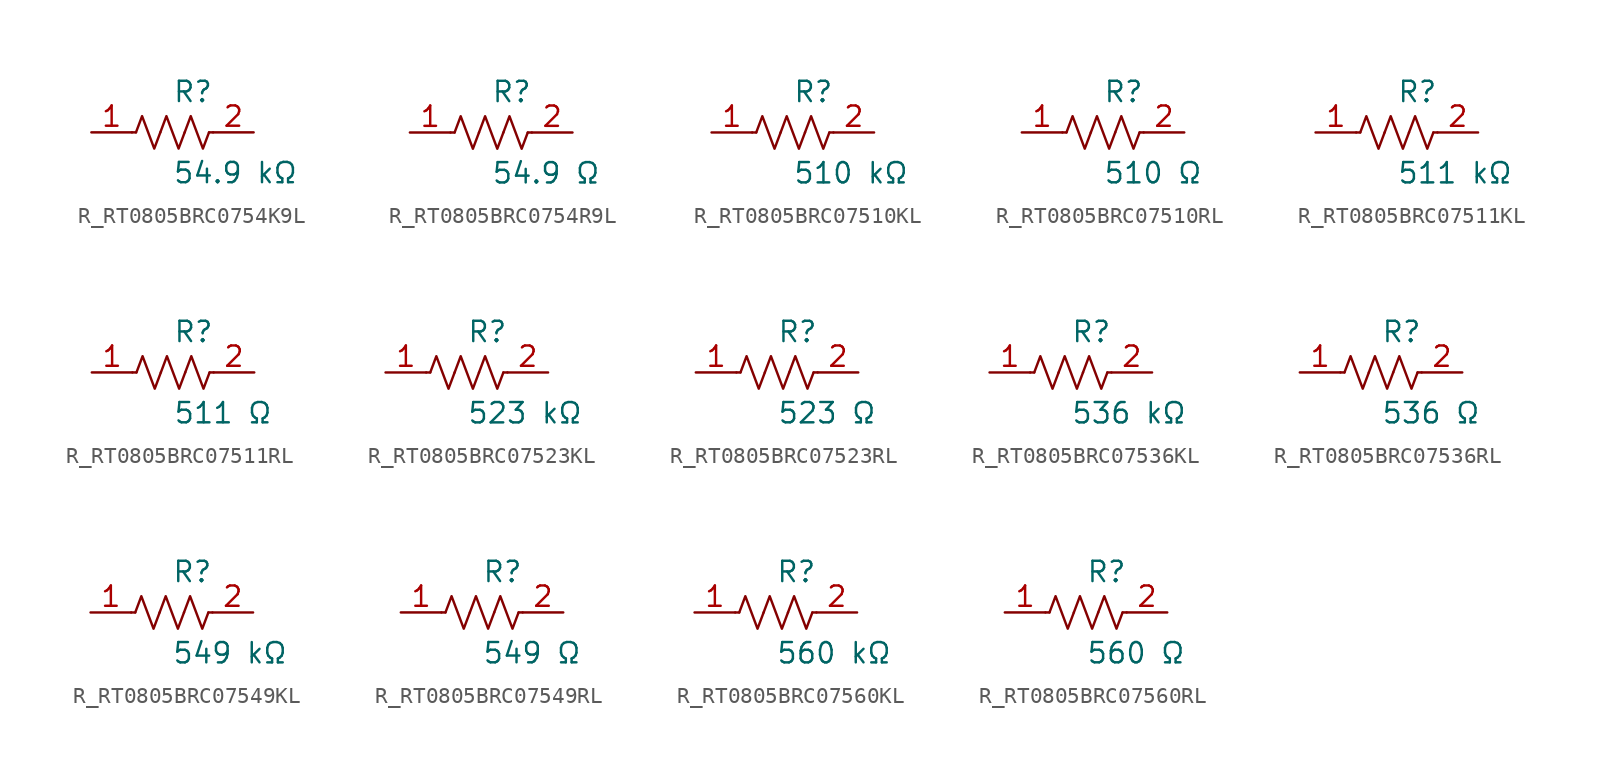
<source format=kicad_sym>
(kicad_symbol_lib
  (version 20231120)
  (generator kicad_symbol_editor)
  (generator_version 8.0)
  (symbol "R_RT0805BRC0754K9L"
    (pin_names
      (offset 0.254))
    (property "Reference" "R"
      (at 0 2.54 0)
      (effects (font (size 1.27 1.27)) (justify left)))
    (property "Value" "54.9 kΩ"
      (at 0 -2.54 0)
      (effects (font (size 1.27 1.27)) (justify left)))
    (symbol "R_RT0805BRC0754K9L_0_1"
      (polyline (pts (xy 2.286 0) (xy 2.54 0)) (stroke (width 0) (type default)) (fill (type none)))
      (polyline (pts (xy -2.286 0) (xy -2.54 0)) (stroke (width 0) (type default)) (fill (type none)))
      (polyline (pts (xy 0.762 0) (xy 1.143 1.016) (xy 1.524 0) (xy 1.905 -1.016) (xy 2.286 0)) (stroke (width 0) (type default)) (fill (type none)))
      (polyline (pts (xy -0.762 0) (xy -0.381 1.016) (xy 0 0) (xy 0.381 -1.016) (xy 0.762 0)) (stroke (width 0) (type default)) (fill (type none)))
      (polyline (pts (xy -2.286 0) (xy -1.905 1.016) (xy -1.524 0) (xy -1.143 -1.016) (xy -0.762 0)) (stroke (width 0) (type default)) (fill (type none))))
    (pin unspecified line
      (at -5.08 0 0)
      (length 2.54)
      (name "" (effects (font (size 1.27 1.27))))
      (number "1" (effects (font (size 1.27 1.27)))))
    (pin unspecified line
      (at 5.08 0 180)
      (length 2.54)
      (name "" (effects (font (size 1.27 1.27))))
      (number "2" (effects (font (size 1.27 1.27))))))
  (symbol "R_RT0805BRC0754R9L"
    (pin_names
      (offset 0.254))
    (property "Reference" "R"
      (at 0 2.54 0)
      (effects (font (size 1.27 1.27)) (justify left)))
    (property "Value" "54.9 Ω"
      (at 0 -2.54 0)
      (effects (font (size 1.27 1.27)) (justify left)))
    (symbol "R_RT0805BRC0754R9L_0_1"
      (polyline (pts (xy 2.286 0) (xy 2.54 0)) (stroke (width 0) (type default)) (fill (type none)))
      (polyline (pts (xy -2.286 0) (xy -2.54 0)) (stroke (width 0) (type default)) (fill (type none)))
      (polyline (pts (xy 0.762 0) (xy 1.143 1.016) (xy 1.524 0) (xy 1.905 -1.016) (xy 2.286 0)) (stroke (width 0) (type default)) (fill (type none)))
      (polyline (pts (xy -0.762 0) (xy -0.381 1.016) (xy 0 0) (xy 0.381 -1.016) (xy 0.762 0)) (stroke (width 0) (type default)) (fill (type none)))
      (polyline (pts (xy -2.286 0) (xy -1.905 1.016) (xy -1.524 0) (xy -1.143 -1.016) (xy -0.762 0)) (stroke (width 0) (type default)) (fill (type none))))
    (pin unspecified line
      (at -5.08 0 0)
      (length 2.54)
      (name "" (effects (font (size 1.27 1.27))))
      (number "1" (effects (font (size 1.27 1.27)))))
    (pin unspecified line
      (at 5.08 0 180)
      (length 2.54)
      (name "" (effects (font (size 1.27 1.27))))
      (number "2" (effects (font (size 1.27 1.27))))))
  (symbol "R_RT0805BRC07510KL"
    (pin_names
      (offset 0.254))
    (property "Reference" "R"
      (at 0 2.54 0)
      (effects (font (size 1.27 1.27)) (justify left)))
    (property "Value" "510 kΩ"
      (at 0 -2.54 0)
      (effects (font (size 1.27 1.27)) (justify left)))
    (symbol "R_RT0805BRC07510KL_0_1"
      (polyline (pts (xy 2.286 0) (xy 2.54 0)) (stroke (width 0) (type default)) (fill (type none)))
      (polyline (pts (xy -2.286 0) (xy -2.54 0)) (stroke (width 0) (type default)) (fill (type none)))
      (polyline (pts (xy 0.762 0) (xy 1.143 1.016) (xy 1.524 0) (xy 1.905 -1.016) (xy 2.286 0)) (stroke (width 0) (type default)) (fill (type none)))
      (polyline (pts (xy -0.762 0) (xy -0.381 1.016) (xy 0 0) (xy 0.381 -1.016) (xy 0.762 0)) (stroke (width 0) (type default)) (fill (type none)))
      (polyline (pts (xy -2.286 0) (xy -1.905 1.016) (xy -1.524 0) (xy -1.143 -1.016) (xy -0.762 0)) (stroke (width 0) (type default)) (fill (type none))))
    (pin unspecified line
      (at -5.08 0 0)
      (length 2.54)
      (name "" (effects (font (size 1.27 1.27))))
      (number "1" (effects (font (size 1.27 1.27)))))
    (pin unspecified line
      (at 5.08 0 180)
      (length 2.54)
      (name "" (effects (font (size 1.27 1.27))))
      (number "2" (effects (font (size 1.27 1.27))))))
  (symbol "R_RT0805BRC07510RL"
    (pin_names
      (offset 0.254))
    (property "Reference" "R"
      (at 0 2.54 0)
      (effects (font (size 1.27 1.27)) (justify left)))
    (property "Value" "510 Ω"
      (at 0 -2.54 0)
      (effects (font (size 1.27 1.27)) (justify left)))
    (symbol "R_RT0805BRC07510RL_0_1"
      (polyline (pts (xy 2.286 0) (xy 2.54 0)) (stroke (width 0) (type default)) (fill (type none)))
      (polyline (pts (xy -2.286 0) (xy -2.54 0)) (stroke (width 0) (type default)) (fill (type none)))
      (polyline (pts (xy 0.762 0) (xy 1.143 1.016) (xy 1.524 0) (xy 1.905 -1.016) (xy 2.286 0)) (stroke (width 0) (type default)) (fill (type none)))
      (polyline (pts (xy -0.762 0) (xy -0.381 1.016) (xy 0 0) (xy 0.381 -1.016) (xy 0.762 0)) (stroke (width 0) (type default)) (fill (type none)))
      (polyline (pts (xy -2.286 0) (xy -1.905 1.016) (xy -1.524 0) (xy -1.143 -1.016) (xy -0.762 0)) (stroke (width 0) (type default)) (fill (type none))))
    (pin unspecified line
      (at -5.08 0 0)
      (length 2.54)
      (name "" (effects (font (size 1.27 1.27))))
      (number "1" (effects (font (size 1.27 1.27)))))
    (pin unspecified line
      (at 5.08 0 180)
      (length 2.54)
      (name "" (effects (font (size 1.27 1.27))))
      (number "2" (effects (font (size 1.27 1.27))))))
  (symbol "R_RT0805BRC07511KL"
    (pin_names
      (offset 0.254))
    (property "Reference" "R"
      (at 0 2.54 0)
      (effects (font (size 1.27 1.27)) (justify left)))
    (property "Value" "511 kΩ"
      (at 0 -2.54 0)
      (effects (font (size 1.27 1.27)) (justify left)))
    (symbol "R_RT0805BRC07511KL_0_1"
      (polyline (pts (xy 2.286 0) (xy 2.54 0)) (stroke (width 0) (type default)) (fill (type none)))
      (polyline (pts (xy -2.286 0) (xy -2.54 0)) (stroke (width 0) (type default)) (fill (type none)))
      (polyline (pts (xy 0.762 0) (xy 1.143 1.016) (xy 1.524 0) (xy 1.905 -1.016) (xy 2.286 0)) (stroke (width 0) (type default)) (fill (type none)))
      (polyline (pts (xy -0.762 0) (xy -0.381 1.016) (xy 0 0) (xy 0.381 -1.016) (xy 0.762 0)) (stroke (width 0) (type default)) (fill (type none)))
      (polyline (pts (xy -2.286 0) (xy -1.905 1.016) (xy -1.524 0) (xy -1.143 -1.016) (xy -0.762 0)) (stroke (width 0) (type default)) (fill (type none))))
    (pin unspecified line
      (at -5.08 0 0)
      (length 2.54)
      (name "" (effects (font (size 1.27 1.27))))
      (number "1" (effects (font (size 1.27 1.27)))))
    (pin unspecified line
      (at 5.08 0 180)
      (length 2.54)
      (name "" (effects (font (size 1.27 1.27))))
      (number "2" (effects (font (size 1.27 1.27))))))
  (symbol "R_RT0805BRC07511RL"
    (pin_names
      (offset 0.254))
    (property "Reference" "R"
      (at 0 2.54 0)
      (effects (font (size 1.27 1.27)) (justify left)))
    (property "Value" "511 Ω"
      (at 0 -2.54 0)
      (effects (font (size 1.27 1.27)) (justify left)))
    (symbol "R_RT0805BRC07511RL_0_1"
      (polyline (pts (xy 2.286 0) (xy 2.54 0)) (stroke (width 0) (type default)) (fill (type none)))
      (polyline (pts (xy -2.286 0) (xy -2.54 0)) (stroke (width 0) (type default)) (fill (type none)))
      (polyline (pts (xy 0.762 0) (xy 1.143 1.016) (xy 1.524 0) (xy 1.905 -1.016) (xy 2.286 0)) (stroke (width 0) (type default)) (fill (type none)))
      (polyline (pts (xy -0.762 0) (xy -0.381 1.016) (xy 0 0) (xy 0.381 -1.016) (xy 0.762 0)) (stroke (width 0) (type default)) (fill (type none)))
      (polyline (pts (xy -2.286 0) (xy -1.905 1.016) (xy -1.524 0) (xy -1.143 -1.016) (xy -0.762 0)) (stroke (width 0) (type default)) (fill (type none))))
    (pin unspecified line
      (at -5.08 0 0)
      (length 2.54)
      (name "" (effects (font (size 1.27 1.27))))
      (number "1" (effects (font (size 1.27 1.27)))))
    (pin unspecified line
      (at 5.08 0 180)
      (length 2.54)
      (name "" (effects (font (size 1.27 1.27))))
      (number "2" (effects (font (size 1.27 1.27))))))
  (symbol "R_RT0805BRC07523KL"
    (pin_names
      (offset 0.254))
    (property "Reference" "R"
      (at 0 2.54 0)
      (effects (font (size 1.27 1.27)) (justify left)))
    (property "Value" "523 kΩ"
      (at 0 -2.54 0)
      (effects (font (size 1.27 1.27)) (justify left)))
    (symbol "R_RT0805BRC07523KL_0_1"
      (polyline (pts (xy 2.286 0) (xy 2.54 0)) (stroke (width 0) (type default)) (fill (type none)))
      (polyline (pts (xy -2.286 0) (xy -2.54 0)) (stroke (width 0) (type default)) (fill (type none)))
      (polyline (pts (xy 0.762 0) (xy 1.143 1.016) (xy 1.524 0) (xy 1.905 -1.016) (xy 2.286 0)) (stroke (width 0) (type default)) (fill (type none)))
      (polyline (pts (xy -0.762 0) (xy -0.381 1.016) (xy 0 0) (xy 0.381 -1.016) (xy 0.762 0)) (stroke (width 0) (type default)) (fill (type none)))
      (polyline (pts (xy -2.286 0) (xy -1.905 1.016) (xy -1.524 0) (xy -1.143 -1.016) (xy -0.762 0)) (stroke (width 0) (type default)) (fill (type none))))
    (pin unspecified line
      (at -5.08 0 0)
      (length 2.54)
      (name "" (effects (font (size 1.27 1.27))))
      (number "1" (effects (font (size 1.27 1.27)))))
    (pin unspecified line
      (at 5.08 0 180)
      (length 2.54)
      (name "" (effects (font (size 1.27 1.27))))
      (number "2" (effects (font (size 1.27 1.27))))))
  (symbol "R_RT0805BRC07523RL"
    (pin_names
      (offset 0.254))
    (property "Reference" "R"
      (at 0 2.54 0)
      (effects (font (size 1.27 1.27)) (justify left)))
    (property "Value" "523 Ω"
      (at 0 -2.54 0)
      (effects (font (size 1.27 1.27)) (justify left)))
    (symbol "R_RT0805BRC07523RL_0_1"
      (polyline (pts (xy 2.286 0) (xy 2.54 0)) (stroke (width 0) (type default)) (fill (type none)))
      (polyline (pts (xy -2.286 0) (xy -2.54 0)) (stroke (width 0) (type default)) (fill (type none)))
      (polyline (pts (xy 0.762 0) (xy 1.143 1.016) (xy 1.524 0) (xy 1.905 -1.016) (xy 2.286 0)) (stroke (width 0) (type default)) (fill (type none)))
      (polyline (pts (xy -0.762 0) (xy -0.381 1.016) (xy 0 0) (xy 0.381 -1.016) (xy 0.762 0)) (stroke (width 0) (type default)) (fill (type none)))
      (polyline (pts (xy -2.286 0) (xy -1.905 1.016) (xy -1.524 0) (xy -1.143 -1.016) (xy -0.762 0)) (stroke (width 0) (type default)) (fill (type none))))
    (pin unspecified line
      (at -5.08 0 0)
      (length 2.54)
      (name "" (effects (font (size 1.27 1.27))))
      (number "1" (effects (font (size 1.27 1.27)))))
    (pin unspecified line
      (at 5.08 0 180)
      (length 2.54)
      (name "" (effects (font (size 1.27 1.27))))
      (number "2" (effects (font (size 1.27 1.27))))))
  (symbol "R_RT0805BRC07536KL"
    (pin_names
      (offset 0.254))
    (property "Reference" "R"
      (at 0 2.54 0)
      (effects (font (size 1.27 1.27)) (justify left)))
    (property "Value" "536 kΩ"
      (at 0 -2.54 0)
      (effects (font (size 1.27 1.27)) (justify left)))
    (symbol "R_RT0805BRC07536KL_0_1"
      (polyline (pts (xy 2.286 0) (xy 2.54 0)) (stroke (width 0) (type default)) (fill (type none)))
      (polyline (pts (xy -2.286 0) (xy -2.54 0)) (stroke (width 0) (type default)) (fill (type none)))
      (polyline (pts (xy 0.762 0) (xy 1.143 1.016) (xy 1.524 0) (xy 1.905 -1.016) (xy 2.286 0)) (stroke (width 0) (type default)) (fill (type none)))
      (polyline (pts (xy -0.762 0) (xy -0.381 1.016) (xy 0 0) (xy 0.381 -1.016) (xy 0.762 0)) (stroke (width 0) (type default)) (fill (type none)))
      (polyline (pts (xy -2.286 0) (xy -1.905 1.016) (xy -1.524 0) (xy -1.143 -1.016) (xy -0.762 0)) (stroke (width 0) (type default)) (fill (type none))))
    (pin unspecified line
      (at -5.08 0 0)
      (length 2.54)
      (name "" (effects (font (size 1.27 1.27))))
      (number "1" (effects (font (size 1.27 1.27)))))
    (pin unspecified line
      (at 5.08 0 180)
      (length 2.54)
      (name "" (effects (font (size 1.27 1.27))))
      (number "2" (effects (font (size 1.27 1.27))))))
  (symbol "R_RT0805BRC07536RL"
    (pin_names
      (offset 0.254))
    (property "Reference" "R"
      (at 0 2.54 0)
      (effects (font (size 1.27 1.27)) (justify left)))
    (property "Value" "536 Ω"
      (at 0 -2.54 0)
      (effects (font (size 1.27 1.27)) (justify left)))
    (symbol "R_RT0805BRC07536RL_0_1"
      (polyline (pts (xy 2.286 0) (xy 2.54 0)) (stroke (width 0) (type default)) (fill (type none)))
      (polyline (pts (xy -2.286 0) (xy -2.54 0)) (stroke (width 0) (type default)) (fill (type none)))
      (polyline (pts (xy 0.762 0) (xy 1.143 1.016) (xy 1.524 0) (xy 1.905 -1.016) (xy 2.286 0)) (stroke (width 0) (type default)) (fill (type none)))
      (polyline (pts (xy -0.762 0) (xy -0.381 1.016) (xy 0 0) (xy 0.381 -1.016) (xy 0.762 0)) (stroke (width 0) (type default)) (fill (type none)))
      (polyline (pts (xy -2.286 0) (xy -1.905 1.016) (xy -1.524 0) (xy -1.143 -1.016) (xy -0.762 0)) (stroke (width 0) (type default)) (fill (type none))))
    (pin unspecified line
      (at -5.08 0 0)
      (length 2.54)
      (name "" (effects (font (size 1.27 1.27))))
      (number "1" (effects (font (size 1.27 1.27)))))
    (pin unspecified line
      (at 5.08 0 180)
      (length 2.54)
      (name "" (effects (font (size 1.27 1.27))))
      (number "2" (effects (font (size 1.27 1.27))))))
  (symbol "R_RT0805BRC07549KL"
    (pin_names
      (offset 0.254))
    (property "Reference" "R"
      (at 0 2.54 0)
      (effects (font (size 1.27 1.27)) (justify left)))
    (property "Value" "549 kΩ"
      (at 0 -2.54 0)
      (effects (font (size 1.27 1.27)) (justify left)))
    (symbol "R_RT0805BRC07549KL_0_1"
      (polyline (pts (xy 2.286 0) (xy 2.54 0)) (stroke (width 0) (type default)) (fill (type none)))
      (polyline (pts (xy -2.286 0) (xy -2.54 0)) (stroke (width 0) (type default)) (fill (type none)))
      (polyline (pts (xy 0.762 0) (xy 1.143 1.016) (xy 1.524 0) (xy 1.905 -1.016) (xy 2.286 0)) (stroke (width 0) (type default)) (fill (type none)))
      (polyline (pts (xy -0.762 0) (xy -0.381 1.016) (xy 0 0) (xy 0.381 -1.016) (xy 0.762 0)) (stroke (width 0) (type default)) (fill (type none)))
      (polyline (pts (xy -2.286 0) (xy -1.905 1.016) (xy -1.524 0) (xy -1.143 -1.016) (xy -0.762 0)) (stroke (width 0) (type default)) (fill (type none))))
    (pin unspecified line
      (at -5.08 0 0)
      (length 2.54)
      (name "" (effects (font (size 1.27 1.27))))
      (number "1" (effects (font (size 1.27 1.27)))))
    (pin unspecified line
      (at 5.08 0 180)
      (length 2.54)
      (name "" (effects (font (size 1.27 1.27))))
      (number "2" (effects (font (size 1.27 1.27))))))
  (symbol "R_RT0805BRC07549RL"
    (pin_names
      (offset 0.254))
    (property "Reference" "R"
      (at 0 2.54 0)
      (effects (font (size 1.27 1.27)) (justify left)))
    (property "Value" "549 Ω"
      (at 0 -2.54 0)
      (effects (font (size 1.27 1.27)) (justify left)))
    (symbol "R_RT0805BRC07549RL_0_1"
      (polyline (pts (xy 2.286 0) (xy 2.54 0)) (stroke (width 0) (type default)) (fill (type none)))
      (polyline (pts (xy -2.286 0) (xy -2.54 0)) (stroke (width 0) (type default)) (fill (type none)))
      (polyline (pts (xy 0.762 0) (xy 1.143 1.016) (xy 1.524 0) (xy 1.905 -1.016) (xy 2.286 0)) (stroke (width 0) (type default)) (fill (type none)))
      (polyline (pts (xy -0.762 0) (xy -0.381 1.016) (xy 0 0) (xy 0.381 -1.016) (xy 0.762 0)) (stroke (width 0) (type default)) (fill (type none)))
      (polyline (pts (xy -2.286 0) (xy -1.905 1.016) (xy -1.524 0) (xy -1.143 -1.016) (xy -0.762 0)) (stroke (width 0) (type default)) (fill (type none))))
    (pin unspecified line
      (at -5.08 0 0)
      (length 2.54)
      (name "" (effects (font (size 1.27 1.27))))
      (number "1" (effects (font (size 1.27 1.27)))))
    (pin unspecified line
      (at 5.08 0 180)
      (length 2.54)
      (name "" (effects (font (size 1.27 1.27))))
      (number "2" (effects (font (size 1.27 1.27))))))
  (symbol "R_RT0805BRC07560KL"
    (pin_names
      (offset 0.254))
    (property "Reference" "R"
      (at 0 2.54 0)
      (effects (font (size 1.27 1.27)) (justify left)))
    (property "Value" "560 kΩ"
      (at 0 -2.54 0)
      (effects (font (size 1.27 1.27)) (justify left)))
    (symbol "R_RT0805BRC07560KL_0_1"
      (polyline (pts (xy 2.286 0) (xy 2.54 0)) (stroke (width 0) (type default)) (fill (type none)))
      (polyline (pts (xy -2.286 0) (xy -2.54 0)) (stroke (width 0) (type default)) (fill (type none)))
      (polyline (pts (xy 0.762 0) (xy 1.143 1.016) (xy 1.524 0) (xy 1.905 -1.016) (xy 2.286 0)) (stroke (width 0) (type default)) (fill (type none)))
      (polyline (pts (xy -0.762 0) (xy -0.381 1.016) (xy 0 0) (xy 0.381 -1.016) (xy 0.762 0)) (stroke (width 0) (type default)) (fill (type none)))
      (polyline (pts (xy -2.286 0) (xy -1.905 1.016) (xy -1.524 0) (xy -1.143 -1.016) (xy -0.762 0)) (stroke (width 0) (type default)) (fill (type none))))
    (pin unspecified line
      (at -5.08 0 0)
      (length 2.54)
      (name "" (effects (font (size 1.27 1.27))))
      (number "1" (effects (font (size 1.27 1.27)))))
    (pin unspecified line
      (at 5.08 0 180)
      (length 2.54)
      (name "" (effects (font (size 1.27 1.27))))
      (number "2" (effects (font (size 1.27 1.27))))))
  (symbol "R_RT0805BRC07560RL"
    (pin_names
      (offset 0.254))
    (property "Reference" "R"
      (at 0 2.54 0)
      (effects (font (size 1.27 1.27)) (justify left)))
    (property "Value" "560 Ω"
      (at 0 -2.54 0)
      (effects (font (size 1.27 1.27)) (justify left)))
    (symbol "R_RT0805BRC07560RL_0_1"
      (polyline (pts (xy 2.286 0) (xy 2.54 0)) (stroke (width 0) (type default)) (fill (type none)))
      (polyline (pts (xy -2.286 0) (xy -2.54 0)) (stroke (width 0) (type default)) (fill (type none)))
      (polyline (pts (xy 0.762 0) (xy 1.143 1.016) (xy 1.524 0) (xy 1.905 -1.016) (xy 2.286 0)) (stroke (width 0) (type default)) (fill (type none)))
      (polyline (pts (xy -0.762 0) (xy -0.381 1.016) (xy 0 0) (xy 0.381 -1.016) (xy 0.762 0)) (stroke (width 0) (type default)) (fill (type none)))
      (polyline (pts (xy -2.286 0) (xy -1.905 1.016) (xy -1.524 0) (xy -1.143 -1.016) (xy -0.762 0)) (stroke (width 0) (type default)) (fill (type none))))
    (pin unspecified line
      (at -5.08 0 0)
      (length 2.54)
      (name "" (effects (font (size 1.27 1.27))))
      (number "1" (effects (font (size 1.27 1.27)))))
    (pin unspecified line
      (at 5.08 0 180)
      (length 2.54)
      (name "" (effects (font (size 1.27 1.27))))
      (number "2" (effects (font (size 1.27 1.27)))))))
</source>
